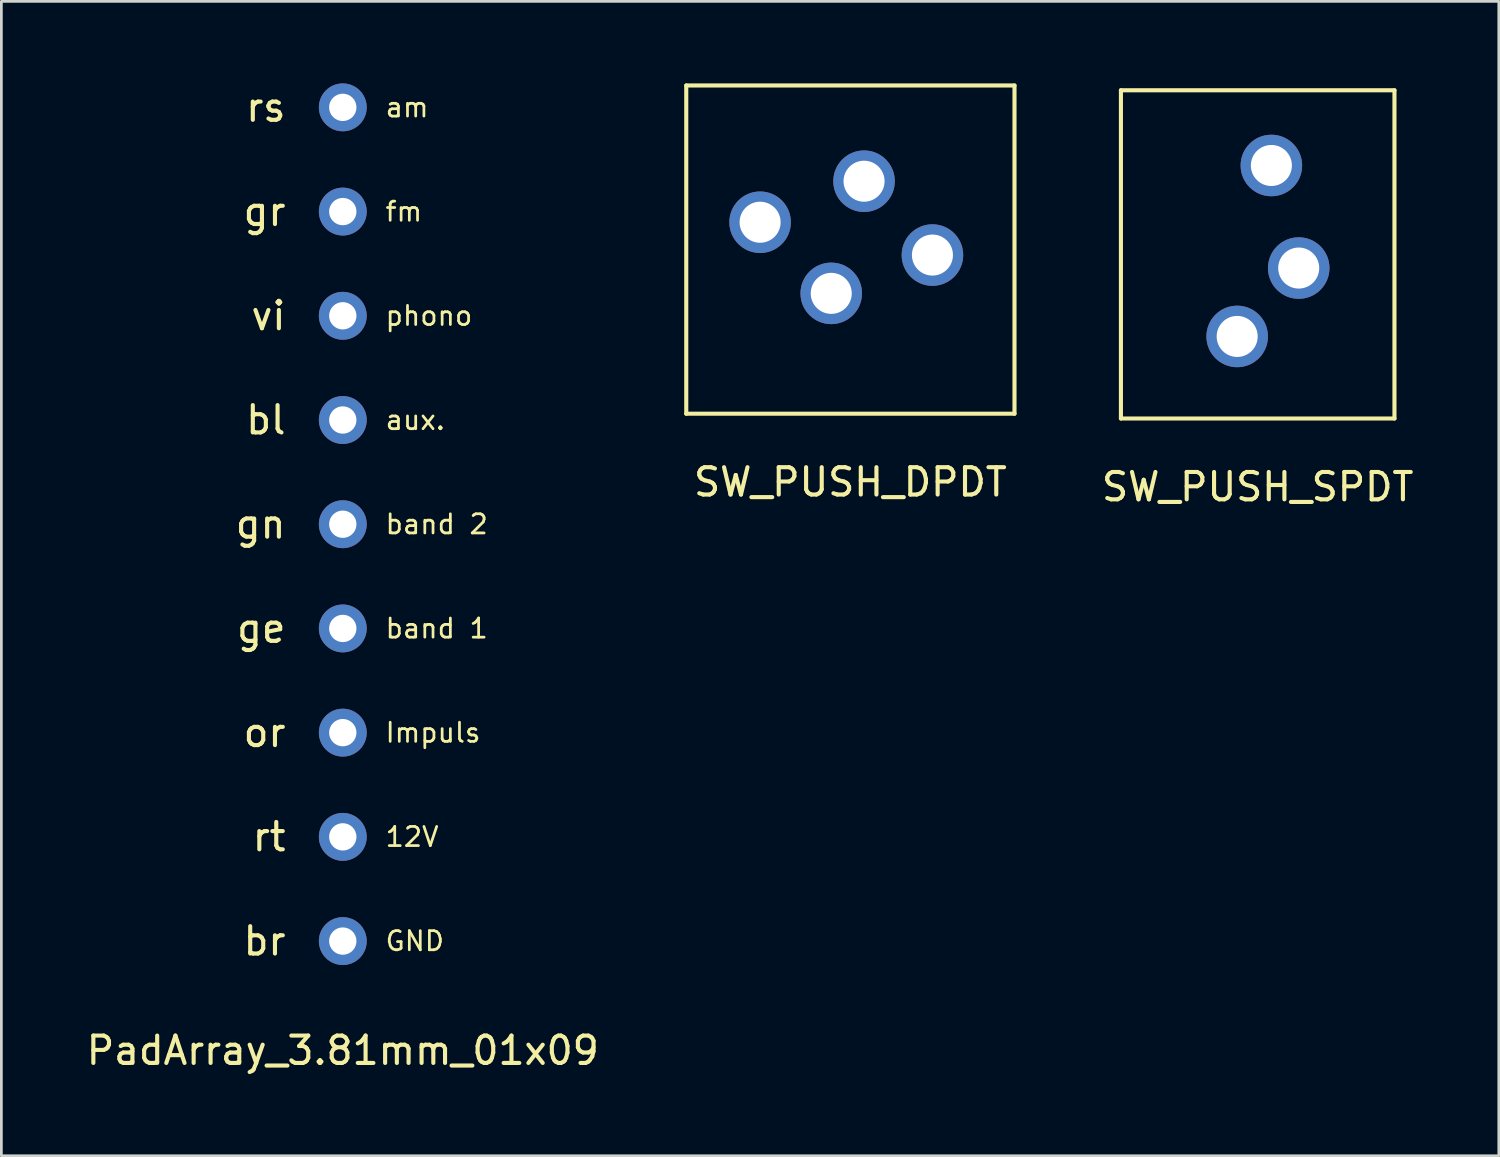
<source format=kicad_pcb>
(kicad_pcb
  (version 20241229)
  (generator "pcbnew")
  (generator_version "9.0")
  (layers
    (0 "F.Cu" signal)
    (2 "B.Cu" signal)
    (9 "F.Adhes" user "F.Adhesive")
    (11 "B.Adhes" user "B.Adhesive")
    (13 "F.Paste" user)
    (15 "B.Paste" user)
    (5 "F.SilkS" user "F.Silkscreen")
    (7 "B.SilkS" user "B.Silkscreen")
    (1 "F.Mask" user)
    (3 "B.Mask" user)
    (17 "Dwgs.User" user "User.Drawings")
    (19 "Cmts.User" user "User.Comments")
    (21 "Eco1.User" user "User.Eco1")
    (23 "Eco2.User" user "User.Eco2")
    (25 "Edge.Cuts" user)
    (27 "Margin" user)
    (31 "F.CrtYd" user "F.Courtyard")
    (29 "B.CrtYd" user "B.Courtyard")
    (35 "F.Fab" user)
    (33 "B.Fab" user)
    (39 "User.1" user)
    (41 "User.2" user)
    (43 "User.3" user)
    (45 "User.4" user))
  (footprint "SW_PUSH_SPDT"
    (layer "F.Cu")
    (at 37.93 0.25)
    (property "Reference" "SW_PUSH_SPDT" (at 5 14.5 0) (layer "F.SilkS") (effects (font (size 1 1) (thickness 0.15))))
    (attr through_hole)
    (fp_line (start 0 0) (end 10 0) (stroke (width 0.15) (type solid)) (layer "F.SilkS"))
    (fp_line (start 0 12) (end 0 0) (stroke (width 0.15) (type solid)) (layer "F.SilkS"))
    (fp_line (start 10 0) (end 10 12) (stroke (width 0.15) (type solid)) (layer "F.SilkS"))
    (fp_line (start 10 12) (end 0 12) (stroke (width 0.15) (type solid)) (layer "F.SilkS"))
    (pad "1" thru_hole circle (at 5.5 2.75) (size 2.25 2.25) (drill 1.5) (layers "*.Cu" "*.Mask"))
    (pad "2" thru_hole circle (at 6.5 6.5) (size 2.25 2.25) (drill 1.5) (layers "*.Cu" "*.Mask"))
    (pad "3" thru_hole circle (at 4.25 9) (size 2.25 2.25) (drill 1.5) (layers "*.Cu" "*.Mask")))
  (footprint "PadArray_3.81mm_01x09"
    (layer "F.Cu")
    (at 9.482 0.875)
    (property "Reference" "PadArray_3.81mm_01x09" (at 0 34.48 0) (layer "F.SilkS") (effects (font (size 1 1) (thickness 0.15))))
    (attr through_hole)
    (fp_text user "aux." (at 1.5 11.43 0) (layer "F.SilkS") (effects (font (size 0.7 0.7) (thickness 0.1)) (justify left)))
    (fp_text user "bl" (at -2 11.43 0) (layer "F.SilkS") (effects (font (size 1 1) (thickness 0.15)) (justify right)))
    (fp_text user "br" (at -2 30.48 0) (layer "F.SilkS") (effects (font (size 1 1) (thickness 0.15)) (justify right)))
    (fp_text user "or" (at -2 22.86 0) (layer "F.SilkS") (effects (font (size 1 1) (thickness 0.15)) (justify right)))
    (fp_text user "gr" (at -2 3.81 0) (layer "F.SilkS") (effects (font (size 1 1) (thickness 0.15)) (justify right)))
    (fp_text user "band 2" (at 1.5 15.24 0) (layer "F.SilkS") (effects (font (size 0.7 0.7) (thickness 0.1)) (justify left)))
    (fp_text user "rt" (at -2 26.67 0) (layer "F.SilkS") (effects (font (size 1 1) (thickness 0.15)) (justify right)))
    (fp_text user "Impuls" (at 1.5 22.86 0) (layer "F.SilkS") (effects (font (size 0.7 0.7) (thickness 0.1)) (justify left)))
    (fp_text user "fm" (at 1.5 3.81 0) (layer "F.SilkS") (effects (font (size 0.7 0.7) (thickness 0.1)) (justify left)))
    (fp_text user "12V" (at 1.5 26.67 0) (layer "F.SilkS") (effects (font (size 0.7 0.7) (thickness 0.1)) (justify left)))
    (fp_text user "ge" (at -2 19.05 0) (layer "F.SilkS") (effects (font (size 1 1) (thickness 0.15)) (justify right)))
    (fp_text user "phono" (at 1.5 7.62 0) (layer "F.SilkS") (effects (font (size 0.7 0.7) (thickness 0.1)) (justify left)))
    (fp_text user "band 1" (at 1.5 19.05 0) (layer "F.SilkS") (effects (font (size 0.7 0.7) (thickness 0.1)) (justify left)))
    (fp_text user "rs" (at -2 0 0) (layer "F.SilkS") (effects (font (size 1 1) (thickness 0.15)) (justify right)))
    (fp_text user "vi" (at -2 7.62 0) (layer "F.SilkS") (effects (font (size 1 1) (thickness 0.15)) (justify right)))
    (fp_text user "GND" (at 1.5 30.48 0) (layer "F.SilkS") (effects (font (size 0.7 0.7) (thickness 0.1)) (justify left)))
    (fp_text user "am" (at 1.5 0 0) (layer "F.SilkS") (effects (font (size 0.7 0.7) (thickness 0.1)) (justify left)))
    (fp_text user "gn" (at -2 15.24 0) (layer "F.SilkS") (effects (font (size 1 1) (thickness 0.15)) (justify right)))
    (pad "1" thru_hole circle (at 0 0) (size 1.75 1.75) (drill 1) (layers "*.Cu" "*.Mask"))
    (pad "2" thru_hole circle (at 0 3.81) (size 1.75 1.75) (drill 1) (layers "*.Cu" "*.Mask"))
    (pad "3" thru_hole circle (at 0 7.62) (size 1.75 1.75) (drill 1) (layers "*.Cu" "*.Mask"))
    (pad "4" thru_hole circle (at 0 11.43) (size 1.75 1.75) (drill 1) (layers "*.Cu" "*.Mask"))
    (pad "5" thru_hole circle (at 0 15.24) (size 1.75 1.75) (drill 1) (layers "*.Cu" "*.Mask"))
    (pad "6" thru_hole circle (at 0 19.05) (size 1.75 1.75) (drill 1) (layers "*.Cu" "*.Mask"))
    (pad "7" thru_hole circle (at 0 22.86) (size 1.75 1.75) (drill 1) (layers "*.Cu" "*.Mask"))
    (pad "8" thru_hole circle (at 0 26.67) (size 1.75 1.75) (drill 1) (layers "*.Cu" "*.Mask"))
    (pad "9" thru_hole circle (at 0 30.48) (size 1.75 1.75) (drill 1) (layers "*.Cu" "*.Mask")))
  (footprint "SW_PUSH_DPDT"
    (layer "F.Cu")
    (at 28.039 14.075)
    (property "Reference" "SW_PUSH_DPDT" (at 0 0.5 0) (layer "F.SilkS") (effects (font (size 1 1) (thickness 0.15))))
    (attr through_hole)
    (fp_line (start -6 -14) (end 6 -14) (stroke (width 0.15) (type solid)) (layer "F.SilkS"))
    (fp_line (start -6 -2) (end -6 -14) (stroke (width 0.15) (type solid)) (layer "F.SilkS"))
    (fp_line (start 6 -14) (end 6 -2) (stroke (width 0.15) (type solid)) (layer "F.SilkS"))
    (fp_line (start 6 -2) (end -6 -2) (stroke (width 0.15) (type solid)) (layer "F.SilkS"))
    (pad "1" thru_hole circle (at 0.5 -10.5) (size 2.25 2.25) (drill 1.5) (layers "*.Cu" "*.Mask"))
    (pad "2" thru_hole circle (at -3.3 -9) (size 2.25 2.25) (drill 1.5) (layers "*.Cu" "*.Mask"))
    (pad "3" thru_hole circle (at -0.7 -6.4) (size 2.25 2.25) (drill 1.5) (layers "*.Cu" "*.Mask"))
    (pad "4" thru_hole circle (at 3 -7.8) (size 2.25 2.25) (drill 1.5) (layers "*.Cu" "*.Mask")))
  (gr_rect
    (start -3 -3)
    (end 51.745 39.203)
    (stroke (width 0.1) (type default))
    (fill no)
    (layer "Edge.Cuts")))
</source>
